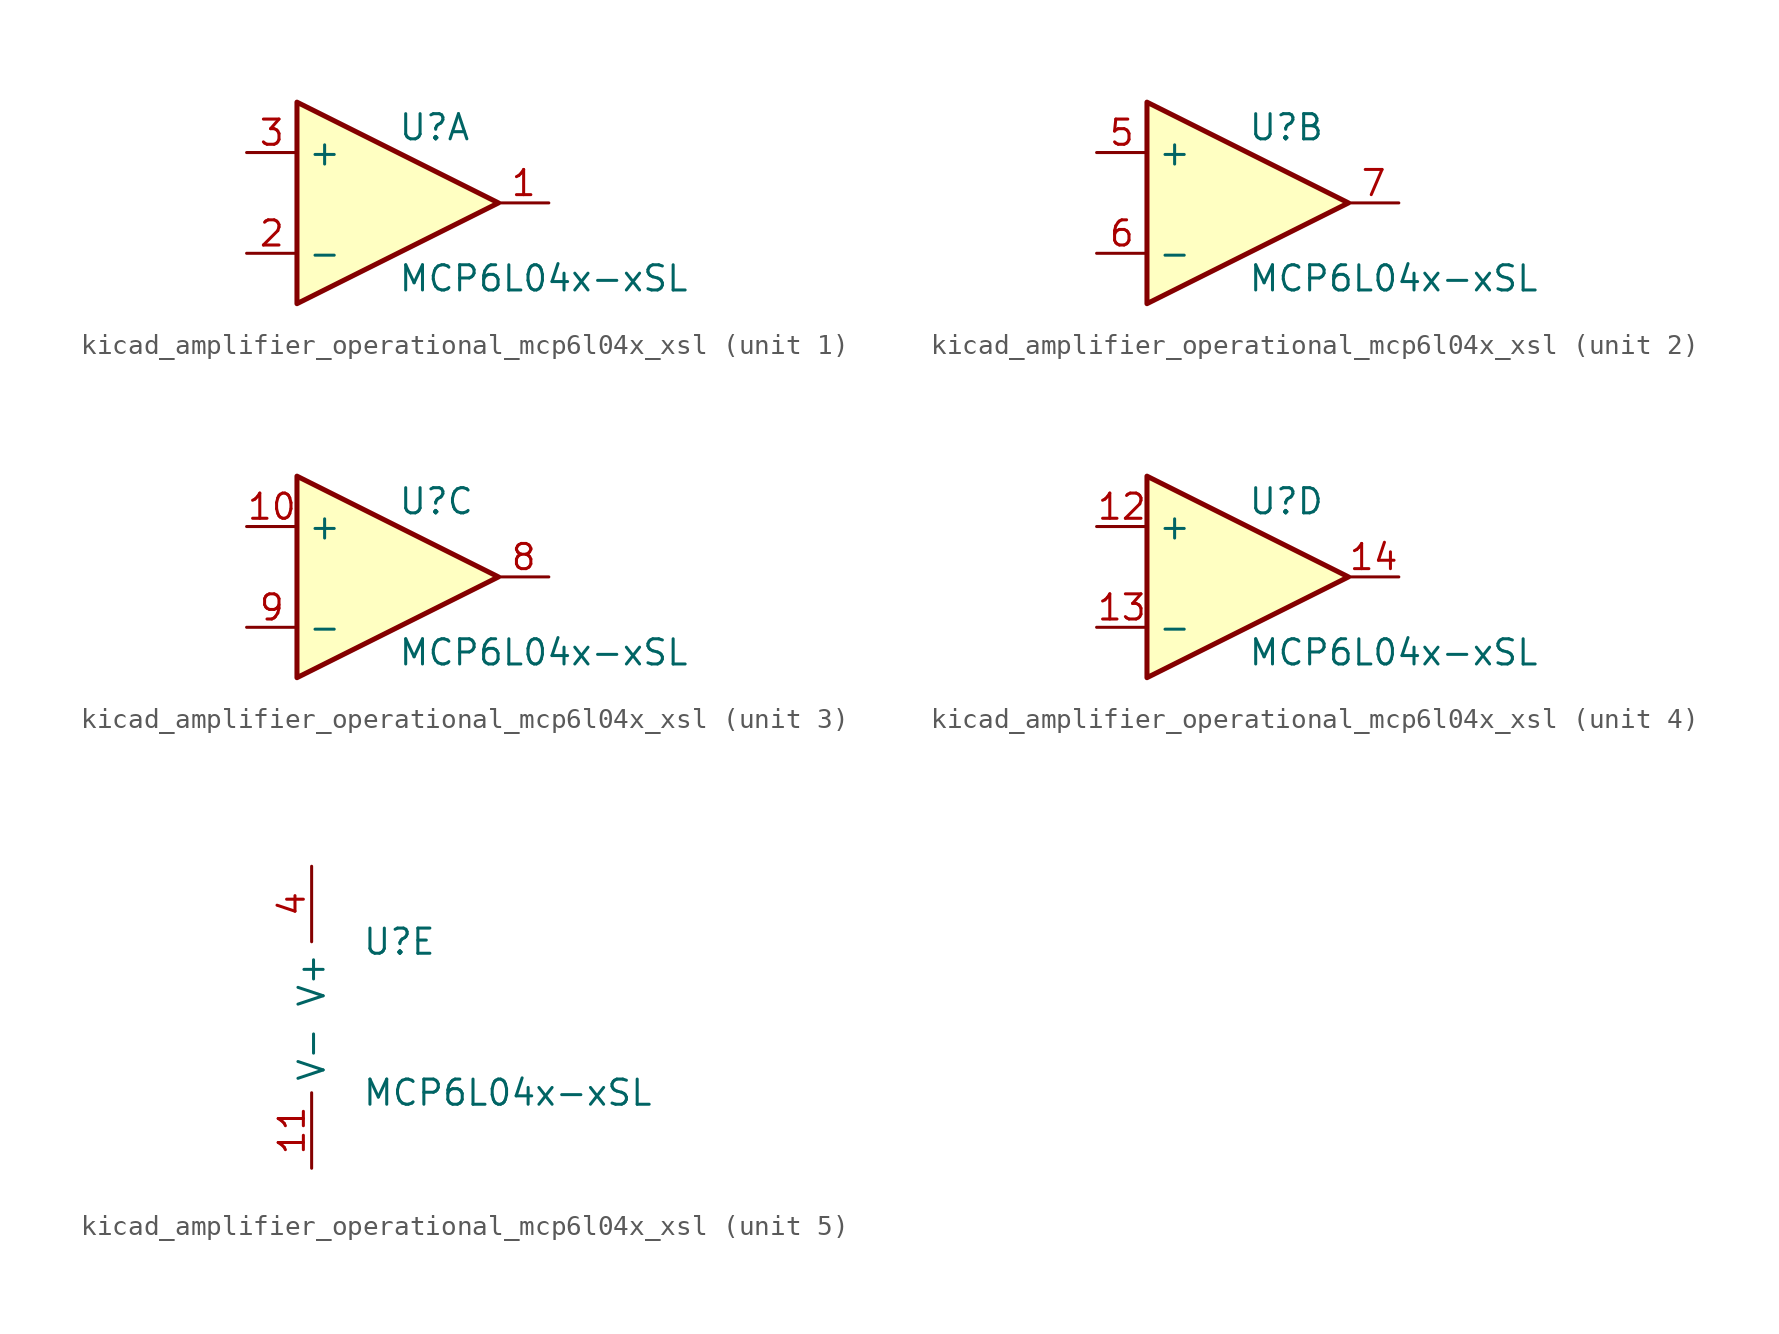
<source format=kicad_sym>
(kicad_symbol_lib
  (version 20220914)
  (generator kicad_symbol_editor)
  (symbol "kicad_amplifier_operational_mcp6l04x_xsl"
    (property "Reference" "U"
      (at 0 3.81 0)
      (effects (font (size 1.27 1.27)) (justify left)))
    (property "Value" "MCP6L04x-xSL"
      (at 0 -3.81 0)
      (effects (font (size 1.27 1.27)) (justify left)))
    (property "ki_locked" ""
      (at 0 0 0)
      (effects (font (size 1.27 1.27))))
    (symbol "kicad_amplifier_operational_mcp6l04x_xsl_1_1"
      (polyline (pts (xy -5.08 5.08) (xy 5.08 0) (xy -5.08 -5.08) (xy -5.08 5.08)) (stroke (width 0.254) (type default)) (fill (type background)))
      (pin output line (at 7.62 0 180) (length 2.54) (name "~" (effects (font (size 1.27 1.27)))) (number "1" (effects (font (size 1.27 1.27)))))
      (pin input line (at -7.62 -2.54 0) (length 2.54) (name "-" (effects (font (size 1.27 1.27)))) (number "2" (effects (font (size 1.27 1.27)))))
      (pin input line (at -7.62 2.54 0) (length 2.54) (name "+" (effects (font (size 1.27 1.27)))) (number "3" (effects (font (size 1.27 1.27))))))
    (symbol "kicad_amplifier_operational_mcp6l04x_xsl_2_1"
      (polyline (pts (xy -5.08 5.08) (xy 5.08 0) (xy -5.08 -5.08) (xy -5.08 5.08)) (stroke (width 0.254) (type default)) (fill (type background)))
      (pin input line (at -7.62 2.54 0) (length 2.54) (name "+" (effects (font (size 1.27 1.27)))) (number "5" (effects (font (size 1.27 1.27)))))
      (pin input line (at -7.62 -2.54 0) (length 2.54) (name "-" (effects (font (size 1.27 1.27)))) (number "6" (effects (font (size 1.27 1.27)))))
      (pin output line (at 7.62 0 180) (length 2.54) (name "~" (effects (font (size 1.27 1.27)))) (number "7" (effects (font (size 1.27 1.27))))))
    (symbol "kicad_amplifier_operational_mcp6l04x_xsl_3_1"
      (polyline (pts (xy -5.08 5.08) (xy 5.08 0) (xy -5.08 -5.08) (xy -5.08 5.08)) (stroke (width 0.254) (type default)) (fill (type background)))
      (pin input line (at -7.62 2.54 0) (length 2.54) (name "+" (effects (font (size 1.27 1.27)))) (number "10" (effects (font (size 1.27 1.27)))))
      (pin output line (at 7.62 0 180) (length 2.54) (name "~" (effects (font (size 1.27 1.27)))) (number "8" (effects (font (size 1.27 1.27)))))
      (pin input line (at -7.62 -2.54 0) (length 2.54) (name "-" (effects (font (size 1.27 1.27)))) (number "9" (effects (font (size 1.27 1.27))))))
    (symbol "kicad_amplifier_operational_mcp6l04x_xsl_4_1"
      (polyline (pts (xy -5.08 5.08) (xy 5.08 0) (xy -5.08 -5.08) (xy -5.08 5.08)) (stroke (width 0.254) (type default)) (fill (type background)))
      (pin input line (at -7.62 2.54 0) (length 2.54) (name "+" (effects (font (size 1.27 1.27)))) (number "12" (effects (font (size 1.27 1.27)))))
      (pin input line (at -7.62 -2.54 0) (length 2.54) (name "-" (effects (font (size 1.27 1.27)))) (number "13" (effects (font (size 1.27 1.27)))))
      (pin output line (at 7.62 0 180) (length 2.54) (name "~" (effects (font (size 1.27 1.27)))) (number "14" (effects (font (size 1.27 1.27))))))
    (symbol "kicad_amplifier_operational_mcp6l04x_xsl_5_1"
      (pin power_in line (at -2.54 -7.62 90) (length 3.81) (name "V-" (effects (font (size 1.27 1.27)))) (number "11" (effects (font (size 1.27 1.27)))))
      (pin power_in line (at -2.54 7.62 270) (length 3.81) (name "V+" (effects (font (size 1.27 1.27)))) (number "4" (effects (font (size 1.27 1.27))))))))
</source>
